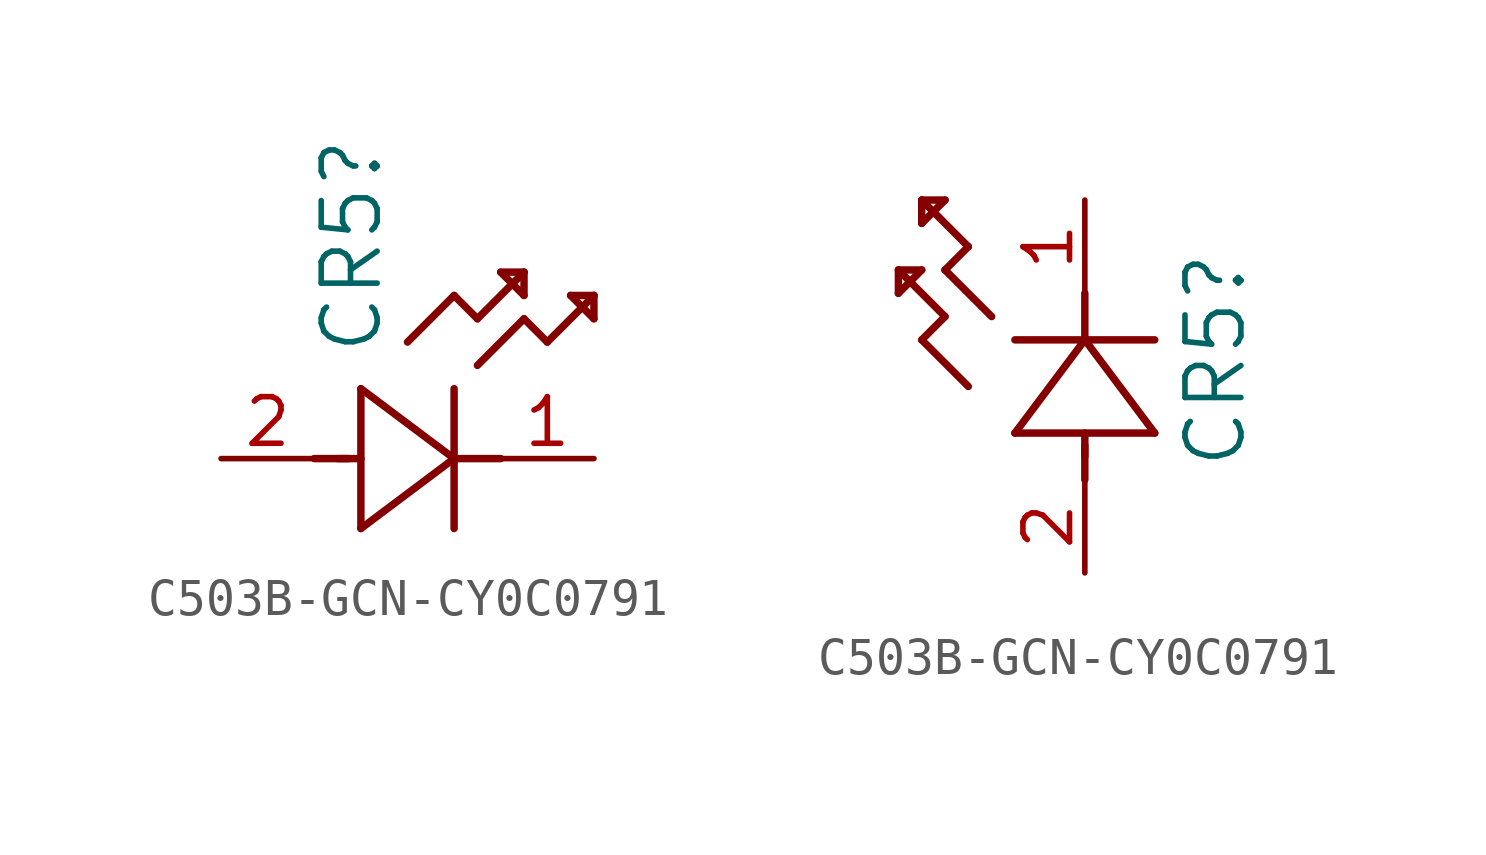
<source format=kicad_sym>
(kicad_symbol_lib
  (version 20231120)
  (generator "kicad_symbol_editor")
  (generator_version "8.0")
  (symbol "C503B-GCN-CY0C0791"
    (pin_names
      (offset 0.254))
    (property "Reference" "CR5"
      (at 3.556 2.794 90)
      (effects (font (size 1.524 1.524)) (justify left)))
    (symbol "C503B-GCN-CY0C0791_1_1"
      (polyline (pts (xy 2.54 0) (xy 3.48 0)) (stroke (width 0.203) (type default)) (fill (type none)))
      (polyline (pts (xy 3.175 0) (xy 3.81 0)) (stroke (width 0.203) (type default)) (fill (type none)))
      (polyline (pts (xy 3.81 -1.905) (xy 6.35 0)) (stroke (width 0.203) (type default)) (fill (type none)))
      (polyline (pts (xy 3.81 1.905) (xy 3.81 -1.905)) (stroke (width 0.203) (type default)) (fill (type none)))
      (polyline (pts (xy 5.08 3.175) (xy 6.35 4.445)) (stroke (width 0.203) (type default)) (fill (type none)))
      (polyline (pts (xy 6.35 -1.905) (xy 6.35 1.905)) (stroke (width 0.203) (type default)) (fill (type none)))
      (polyline (pts (xy 6.35 0) (xy 3.81 1.905)) (stroke (width 0.203) (type default)) (fill (type none)))
      (polyline (pts (xy 6.35 0) (xy 7.62 0)) (stroke (width 0.203) (type default)) (fill (type none)))
      (polyline (pts (xy 6.35 4.445) (xy 6.985 3.81)) (stroke (width 0.203) (type default)) (fill (type none)))
      (polyline (pts (xy 6.985 2.54) (xy 8.255 3.81)) (stroke (width 0.203) (type default)) (fill (type none)))
      (polyline (pts (xy 6.985 3.81) (xy 8.255 5.08)) (stroke (width 0.203) (type default)) (fill (type none)))
      (polyline (pts (xy 7.62 5.08) (xy 8.255 4.445)) (stroke (width 0.203) (type default)) (fill (type none)))
      (polyline (pts (xy 8.255 3.81) (xy 8.89 3.175)) (stroke (width 0.203) (type default)) (fill (type none)))
      (polyline (pts (xy 8.255 4.445) (xy 8.255 5.08)) (stroke (width 0.203) (type default)) (fill (type none)))
      (polyline (pts (xy 8.255 5.08) (xy 7.62 5.08)) (stroke (width 0.203) (type default)) (fill (type none)))
      (polyline (pts (xy 8.89 3.175) (xy 10.16 4.445)) (stroke (width 0.203) (type default)) (fill (type none)))
      (polyline (pts (xy 9.525 4.445) (xy 10.16 3.81)) (stroke (width 0.203) (type default)) (fill (type none)))
      (polyline (pts (xy 10.16 3.81) (xy 10.16 4.445)) (stroke (width 0.203) (type default)) (fill (type none)))
      (polyline (pts (xy 10.16 4.445) (xy 9.525 4.445)) (stroke (width 0.203) (type default)) (fill (type none)))
      (pin passive line (at 10.16 0 180) (length 2.54) (name "" (effects (font (size 1.27 1.27)))) (number "1" (effects (font (size 1.27 1.27)))))
      (pin passive line (at 0 0 0) (length 2.54) (name "" (effects (font (size 1.27 1.27)))) (number "2" (effects (font (size 1.27 1.27))))))
    (symbol "C503B-GCN-CY0C0791_1_2"
      (polyline (pts (xy -5.08 7.62) (xy -4.445 8.255)) (stroke (width 0.203) (type default)) (fill (type none)))
      (polyline (pts (xy -5.08 8.255) (xy -5.08 7.62)) (stroke (width 0.203) (type default)) (fill (type none)))
      (polyline (pts (xy -4.445 6.35) (xy -3.81 6.985)) (stroke (width 0.203) (type default)) (fill (type none)))
      (polyline (pts (xy -4.445 8.255) (xy -5.08 8.255)) (stroke (width 0.203) (type default)) (fill (type none)))
      (polyline (pts (xy -4.445 9.525) (xy -3.81 10.16)) (stroke (width 0.203) (type default)) (fill (type none)))
      (polyline (pts (xy -4.445 10.16) (xy -4.445 9.525)) (stroke (width 0.203) (type default)) (fill (type none)))
      (polyline (pts (xy -3.81 6.985) (xy -5.08 8.255)) (stroke (width 0.203) (type default)) (fill (type none)))
      (polyline (pts (xy -3.81 8.255) (xy -3.175 8.89)) (stroke (width 0.203) (type default)) (fill (type none)))
      (polyline (pts (xy -3.81 10.16) (xy -4.445 10.16)) (stroke (width 0.203) (type default)) (fill (type none)))
      (polyline (pts (xy -3.175 5.08) (xy -4.445 6.35)) (stroke (width 0.203) (type default)) (fill (type none)))
      (polyline (pts (xy -3.175 8.89) (xy -4.445 10.16)) (stroke (width 0.203) (type default)) (fill (type none)))
      (polyline (pts (xy -2.54 6.985) (xy -3.81 8.255)) (stroke (width 0.203) (type default)) (fill (type none)))
      (polyline (pts (xy -1.905 3.81) (xy 1.905 3.81)) (stroke (width 0.203) (type default)) (fill (type none)))
      (polyline (pts (xy 0 2.54) (xy 0 3.48)) (stroke (width 0.203) (type default)) (fill (type none)))
      (polyline (pts (xy 0 3.175) (xy 0 3.81)) (stroke (width 0.203) (type default)) (fill (type none)))
      (polyline (pts (xy 0 6.35) (xy -1.905 3.81)) (stroke (width 0.203) (type default)) (fill (type none)))
      (polyline (pts (xy 0 6.35) (xy 0 7.62)) (stroke (width 0.203) (type default)) (fill (type none)))
      (polyline (pts (xy 1.905 3.81) (xy 0 6.35)) (stroke (width 0.203) (type default)) (fill (type none)))
      (polyline (pts (xy 1.905 6.35) (xy -1.905 6.35)) (stroke (width 0.203) (type default)) (fill (type none)))
      (pin unspecified line (at 0 10.16 270) (length 2.54) (name "" (effects (font (size 1.27 1.27)))) (number "1" (effects (font (size 1.27 1.27)))))
      (pin unspecified line (at 0 0 90) (length 2.54) (name "" (effects (font (size 1.27 1.27)))) (number "2" (effects (font (size 1.27 1.27))))))))
</source>
